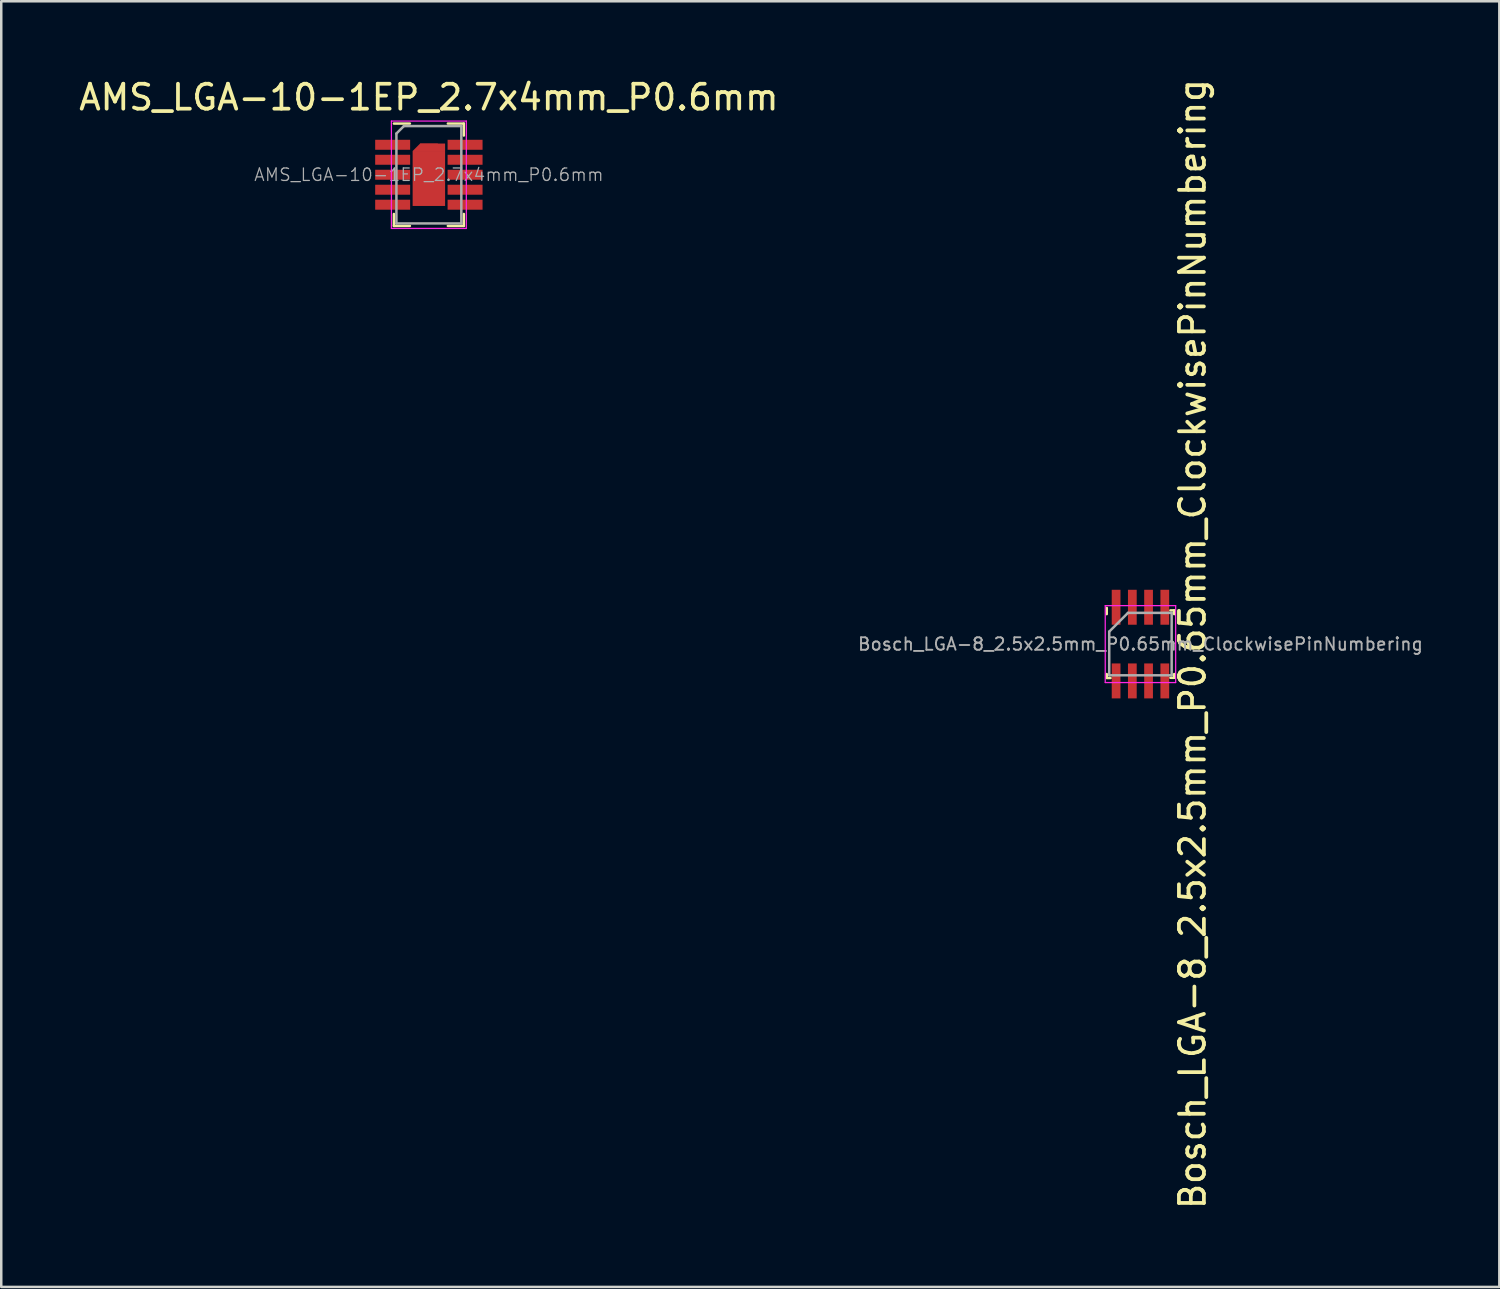
<source format=kicad_pcb>
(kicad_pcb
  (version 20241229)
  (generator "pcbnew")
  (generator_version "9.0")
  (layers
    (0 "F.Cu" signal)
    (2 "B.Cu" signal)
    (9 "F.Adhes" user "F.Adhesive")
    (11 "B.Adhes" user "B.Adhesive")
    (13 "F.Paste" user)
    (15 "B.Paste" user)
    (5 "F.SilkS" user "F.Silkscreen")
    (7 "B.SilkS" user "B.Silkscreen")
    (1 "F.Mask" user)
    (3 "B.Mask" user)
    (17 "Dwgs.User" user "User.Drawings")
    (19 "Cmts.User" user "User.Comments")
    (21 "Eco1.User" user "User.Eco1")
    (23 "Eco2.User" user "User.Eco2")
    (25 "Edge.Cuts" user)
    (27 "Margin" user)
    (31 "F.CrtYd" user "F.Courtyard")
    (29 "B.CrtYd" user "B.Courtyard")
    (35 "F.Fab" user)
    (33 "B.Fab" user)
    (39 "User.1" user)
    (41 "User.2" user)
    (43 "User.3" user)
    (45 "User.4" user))
  (footprint "AMS_LGA-10-1EP_2.7x4mm_P0.6mm"
    (layer "F.Cu")
    (at 14.125 3.948)
    (property "Reference" "AMS_LGA-10-1EP_2.7x4mm_P0.6mm" (at 0 -3.1 0) (layer "F.SilkS") (effects (font (size 1 1) (thickness 0.15))))
    (attr smd)
    (fp_line (start -1.4 -2.05) (end -0.76 -2.05) (stroke (width 0.1) (type solid)) (layer "F.SilkS"))
    (fp_line (start -1.4 1.57) (end -1.4 2.05) (stroke (width 0.1) (type solid)) (layer "F.SilkS"))
    (fp_line (start -1.4 2.05) (end -0.76 2.05) (stroke (width 0.1) (type solid)) (layer "F.SilkS"))
    (fp_line (start 0.76 -2.05) (end 1.4 -2.05) (stroke (width 0.1) (type solid)) (layer "F.SilkS"))
    (fp_line (start 0.76 2.05) (end 1.4 2.05) (stroke (width 0.1) (type solid)) (layer "F.SilkS"))
    (fp_line (start 1.4 -2.05) (end 1.4 -1.57) (stroke (width 0.1) (type solid)) (layer "F.SilkS"))
    (fp_line (start 1.4 1.57) (end 1.4 2.05) (stroke (width 0.1) (type solid)) (layer "F.SilkS"))
    (fp_line (start -1.5 -2.15) (end 1.5 -2.15) (stroke (width 0.05) (type solid)) (layer "F.CrtYd"))
    (fp_line (start -1.5 2.15) (end -1.5 -2.15) (stroke (width 0.05) (type solid)) (layer "F.CrtYd"))
    (fp_line (start 1.5 -2.15) (end 1.5 2.15) (stroke (width 0.05) (type solid)) (layer "F.CrtYd"))
    (fp_line (start 1.5 2.15) (end -1.5 2.15) (stroke (width 0.05) (type solid)) (layer "F.CrtYd"))
    (fp_line (start -1.3 -1.65) (end -1 -1.95) (stroke (width 0.1) (type solid)) (layer "F.Fab"))
    (fp_line (start -1.3 1.95) (end -1.3 -1.65) (stroke (width 0.1) (type solid)) (layer "F.Fab"))
    (fp_line (start -1 -1.95) (end 1.3 -1.95) (stroke (width 0.1) (type solid)) (layer "F.Fab"))
    (fp_line (start 1.3 -1.95) (end 1.3 1.95) (stroke (width 0.1) (type solid)) (layer "F.Fab"))
    (fp_line (start 1.3 1.95) (end -1.3 1.95) (stroke (width 0.1) (type solid)) (layer "F.Fab"))
    (fp_text user "${REFERENCE}" (at 0 0 0) (layer "F.Fab") (effects (font (size 0.5 0.5) (thickness 0.05))))
    (pad "1" smd rect (at -1.45 -1.2) (size 1.4 0.4) (layers "F.Cu" "F.Mask" "F.Paste"))
    (pad "2" smd rect (at -1.45 -0.6) (size 1.4 0.4) (layers "F.Cu" "F.Mask" "F.Paste"))
    (pad "3" smd rect (at -1.45 0) (size 1.4 0.4) (layers "F.Cu" "F.Mask" "F.Paste"))
    (pad "4" smd rect (at -1.45 0.6) (size 1.4 0.4) (layers "F.Cu" "F.Mask" "F.Paste"))
    (pad "5" smd rect (at -1.45 1.2) (size 1.4 0.4) (layers "F.Cu" "F.Mask" "F.Paste"))
    (pad "6" smd rect (at 1.45 1.2) (size 1.4 0.4) (layers "F.Cu" "F.Mask" "F.Paste"))
    (pad "7" smd rect (at 1.45 0.6) (size 1.4 0.4) (layers "F.Cu" "F.Mask" "F.Paste"))
    (pad "8" smd rect (at 1.45 0) (size 1.4 0.4) (layers "F.Cu" "F.Mask" "F.Paste"))
    (pad "9" smd rect (at 1.45 -0.6) (size 1.4 0.4) (layers "F.Cu" "F.Mask" "F.Paste"))
    (pad "10" smd rect (at 1.45 -1.2) (size 1.4 0.4) (layers "F.Cu" "F.Mask" "F.Paste"))
    (pad "11" smd trapezoid (at 0 -1.1) (size 1 0.3) (rect_delta 0 0.3) (layers "F.Cu" "F.Mask" "F.Paste"))
    (pad "11" smd rect (at 0 0.15) (size 1.3 2.2) (layers "F.Cu" "F.Mask" "F.Paste"))
    (pad "11" smd rect (at 0.15 -1.1) (size 1 0.3) (layers "F.Cu" "F.Mask" "F.Paste")))
  (footprint "Bosch_LGA-8_2.5x2.5mm_P0.65mm_ClockwisePinNumbering"
    (layer "F.Cu")
    (at 42.622 22.744)
    (property "Reference" "Bosch_LGA-8_2.5x2.5mm_P0.65mm_ClockwisePinNumbering" (at 2.086 0 90) (layer "F.SilkS") (effects (font (size 1 1) (thickness 0.15))))
    (attr smd)
    (fp_line (start -1.35 -1.2) (end -1.35 -1.45) (stroke (width 0.1) (type solid)) (layer "F.SilkS"))
    (fp_line (start -1.35 1.35) (end -1.35 1.2) (stroke (width 0.1) (type solid)) (layer "F.SilkS"))
    (fp_line (start -1.35 1.36) (end -1.2 1.36) (stroke (width 0.1) (type solid)) (layer "F.SilkS"))
    (fp_line (start 1.2 -1.35) (end 1.35 -1.35) (stroke (width 0.1) (type solid)) (layer "F.SilkS"))
    (fp_line (start 1.35 -1.35) (end 1.35 -1.2) (stroke (width 0.1) (type solid)) (layer "F.SilkS"))
    (fp_line (start 1.35 1.35) (end 1.2 1.35) (stroke (width 0.1) (type solid)) (layer "F.SilkS"))
    (fp_line (start 1.35 1.35) (end 1.35 1.2) (stroke (width 0.1) (type solid)) (layer "F.SilkS"))
    (fp_line (start -1.41 -1.54) (end 1.41 -1.54) (stroke (width 0.05) (type solid)) (layer "F.CrtYd"))
    (fp_line (start -1.41 1.54) (end -1.41 -1.54) (stroke (width 0.05) (type solid)) (layer "F.CrtYd"))
    (fp_line (start 1.41 -1.54) (end 1.41 1.54) (stroke (width 0.05) (type solid)) (layer "F.CrtYd"))
    (fp_line (start 1.41 1.54) (end -1.41 1.54) (stroke (width 0.05) (type solid)) (layer "F.CrtYd"))
    (fp_line (start -1.25 -0.5) (end -0.5 -1.25) (stroke (width 0.1) (type solid)) (layer "F.Fab"))
    (fp_line (start -1.25 1.25) (end -1.25 -0.5) (stroke (width 0.1) (type solid)) (layer "F.Fab"))
    (fp_line (start -0.5 -1.25) (end 1.25 -1.25) (stroke (width 0.1) (type solid)) (layer "F.Fab"))
    (fp_line (start 1.25 -1.25) (end 1.25 1.25) (stroke (width 0.1) (type solid)) (layer "F.Fab"))
    (fp_line (start 1.25 1.25) (end -1.25 1.25) (stroke (width 0.1) (type solid)) (layer "F.Fab"))
    (fp_text user "${REFERENCE}" (at 0 0 180) (layer "F.Fab") (effects (font (size 0.5 0.5) (thickness 0.075))))
    (pad "1" smd rect (at -0.975 -1.475 90) (size 1.4 0.35) (layers "F.Cu" "F.Mask" "F.Paste"))
    (pad "2" smd rect (at -0.325 -1.475 90) (size 1.4 0.35) (layers "F.Cu" "F.Mask" "F.Paste"))
    (pad "3" smd rect (at 0.325 -1.475 90) (size 1.4 0.35) (layers "F.Cu" "F.Mask" "F.Paste"))
    (pad "4" smd rect (at 0.975 -1.475 90) (size 1.4 0.35) (layers "F.Cu" "F.Mask" "F.Paste"))
    (pad "5" smd rect (at 0.975 1.475 90) (size 1.4 0.35) (layers "F.Cu" "F.Mask" "F.Paste"))
    (pad "6" smd rect (at 0.325 1.475 90) (size 1.4 0.35) (layers "F.Cu" "F.Mask" "F.Paste"))
    (pad "7" smd rect (at -0.325 1.475 90) (size 1.4 0.35) (layers "F.Cu" "F.Mask" "F.Paste"))
    (pad "8" smd rect (at -0.975 1.475 90) (size 1.4 0.35) (layers "F.Cu" "F.Mask" "F.Paste")))
  (gr_rect
    (start -3 -3)
    (end 56.994 48.488)
    (stroke (width 0.1) (type default))
    (fill no)
    (layer "Edge.Cuts")))
</source>
